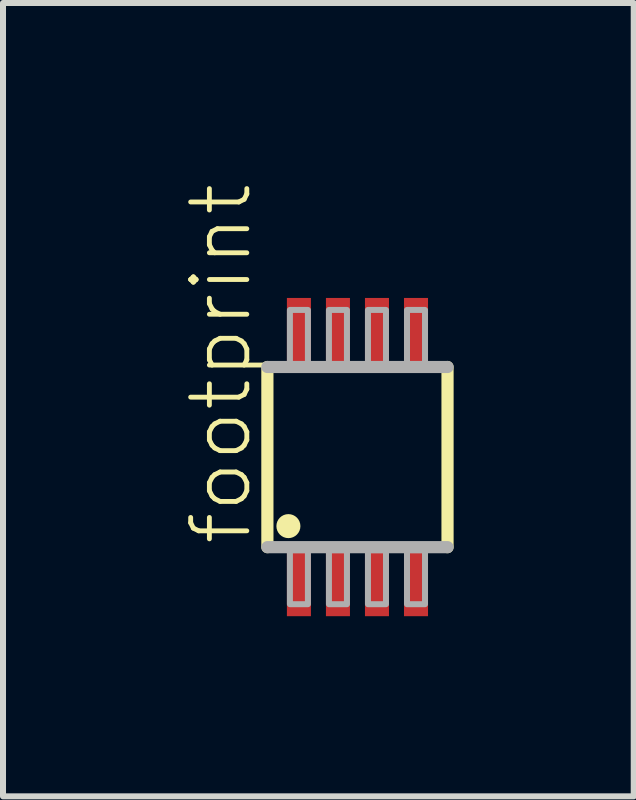
<source format=kicad_pcb>
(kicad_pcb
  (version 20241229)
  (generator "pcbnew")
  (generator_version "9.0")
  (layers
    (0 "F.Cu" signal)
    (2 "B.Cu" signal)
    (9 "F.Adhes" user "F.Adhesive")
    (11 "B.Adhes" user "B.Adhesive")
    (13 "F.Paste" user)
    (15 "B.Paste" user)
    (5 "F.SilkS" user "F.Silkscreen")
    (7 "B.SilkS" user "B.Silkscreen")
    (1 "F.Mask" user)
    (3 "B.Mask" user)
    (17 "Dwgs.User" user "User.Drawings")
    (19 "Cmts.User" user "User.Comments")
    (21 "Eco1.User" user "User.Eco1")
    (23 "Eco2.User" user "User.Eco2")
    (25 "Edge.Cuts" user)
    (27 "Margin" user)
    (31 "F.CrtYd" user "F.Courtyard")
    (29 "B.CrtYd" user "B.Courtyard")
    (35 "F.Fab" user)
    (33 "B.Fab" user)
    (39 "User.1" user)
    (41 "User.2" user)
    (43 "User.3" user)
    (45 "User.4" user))
  (footprint "footprint"
    (layer "F.Cu")
    (at 2.903 4.562)
    (property "Reference" "footprint" (at -1.724 1.504 90) (layer "F.SilkS") (effects (font (size 0.935 0.935) (thickness 0.081)) (justify left bottom)))
    (fp_line (start -1.5 -1.5) (end -1.5 1.5) (stroke (width 0.203) (type solid)) (layer "F.SilkS"))
    (fp_line (start 1.5 1.5) (end 1.5 -1.5) (stroke (width 0.203) (type solid)) (layer "F.SilkS"))
    (fp_circle (center -1.15 1.15) (end -1.05 1.15) (stroke (width 0.2) (type solid)) (fill yes) (layer "F.SilkS"))
    (fp_line (start -1.5 1.5) (end 1.5 1.5) (stroke (width 0.203) (type solid)) (layer "F.Fab"))
    (fp_line (start 1.5 -1.5) (end -1.5 -1.5) (stroke (width 0.203) (type solid)) (layer "F.Fab"))
    (fp_poly (pts (xy -1.125 -1.55) (xy -0.825 -1.55) (xy -0.825 -2.45) (xy -1.125 -2.45)) (stroke (width 0.1) (type solid)) (fill no) (layer "F.Fab"))
    (fp_poly (pts (xy -1.125 2.45) (xy -0.825 2.45) (xy -0.825 1.55) (xy -1.125 1.55)) (stroke (width 0.1) (type solid)) (fill no) (layer "F.Fab"))
    (fp_poly (pts (xy -0.475 -1.55) (xy -0.175 -1.55) (xy -0.175 -2.45) (xy -0.475 -2.45)) (stroke (width 0.1) (type solid)) (fill no) (layer "F.Fab"))
    (fp_poly (pts (xy -0.475 2.45) (xy -0.175 2.45) (xy -0.175 1.55) (xy -0.475 1.55)) (stroke (width 0.1) (type solid)) (fill no) (layer "F.Fab"))
    (fp_poly (pts (xy 0.175 -1.55) (xy 0.475 -1.55) (xy 0.475 -2.45) (xy 0.175 -2.45)) (stroke (width 0.1) (type solid)) (fill no) (layer "F.Fab"))
    (fp_poly (pts (xy 0.175 2.45) (xy 0.475 2.45) (xy 0.475 1.55) (xy 0.175 1.55)) (stroke (width 0.1) (type solid)) (fill no) (layer "F.Fab"))
    (fp_poly (pts (xy 0.825 -1.55) (xy 1.125 -1.55) (xy 1.125 -2.45) (xy 0.825 -2.45)) (stroke (width 0.1) (type solid)) (fill no) (layer "F.Fab"))
    (fp_poly (pts (xy 0.825 2.45) (xy 1.125 2.45) (xy 1.125 1.55) (xy 0.825 1.55)) (stroke (width 0.1) (type solid)) (fill no) (layer "F.Fab"))
    (pad "1" smd rect (at -0.975 2.05) (size 0.4 1.2) (layers "F.Cu" "F.Mask" "F.Paste"))
    (pad "2" smd rect (at -0.325 2.05) (size 0.4 1.2) (layers "F.Cu" "F.Mask" "F.Paste"))
    (pad "3" smd rect (at 0.325 2.05) (size 0.4 1.2) (layers "F.Cu" "F.Mask" "F.Paste"))
    (pad "4" smd rect (at 0.975 2.05) (size 0.4 1.2) (layers "F.Cu" "F.Mask" "F.Paste"))
    (pad "5" smd rect (at 0.975 -2.05) (size 0.4 1.2) (layers "F.Cu" "F.Mask" "F.Paste"))
    (pad "6" smd rect (at 0.325 -2.05) (size 0.4 1.2) (layers "F.Cu" "F.Mask" "F.Paste"))
    (pad "7" smd rect (at -0.325 -2.05) (size 0.4 1.2) (layers "F.Cu" "F.Mask" "F.Paste"))
    (pad "8" smd rect (at -0.975 -2.05) (size 0.4 1.2) (layers "F.Cu" "F.Mask" "F.Paste")))
  (gr_rect
    (start -3 -3)
    (end 7.504 10.212)
    (stroke (width 0.1) (type default))
    (fill no)
    (layer "Edge.Cuts")))
</source>
